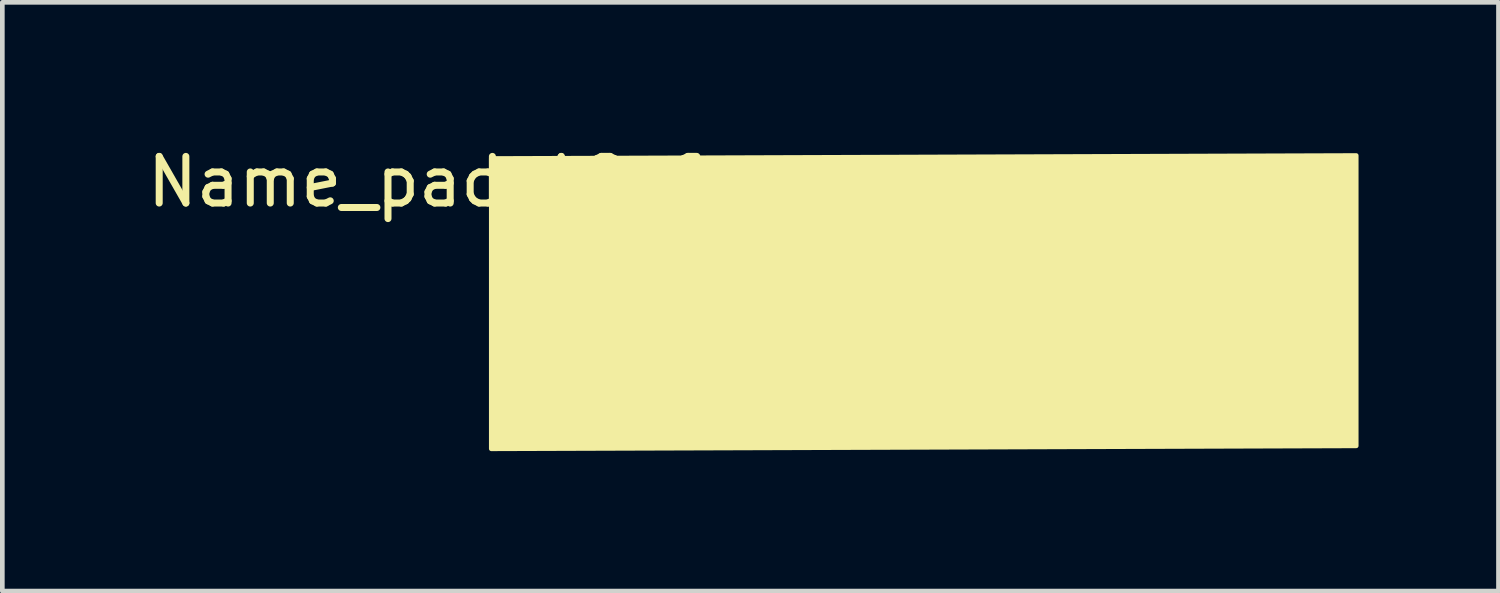
<source format=kicad_pcb>
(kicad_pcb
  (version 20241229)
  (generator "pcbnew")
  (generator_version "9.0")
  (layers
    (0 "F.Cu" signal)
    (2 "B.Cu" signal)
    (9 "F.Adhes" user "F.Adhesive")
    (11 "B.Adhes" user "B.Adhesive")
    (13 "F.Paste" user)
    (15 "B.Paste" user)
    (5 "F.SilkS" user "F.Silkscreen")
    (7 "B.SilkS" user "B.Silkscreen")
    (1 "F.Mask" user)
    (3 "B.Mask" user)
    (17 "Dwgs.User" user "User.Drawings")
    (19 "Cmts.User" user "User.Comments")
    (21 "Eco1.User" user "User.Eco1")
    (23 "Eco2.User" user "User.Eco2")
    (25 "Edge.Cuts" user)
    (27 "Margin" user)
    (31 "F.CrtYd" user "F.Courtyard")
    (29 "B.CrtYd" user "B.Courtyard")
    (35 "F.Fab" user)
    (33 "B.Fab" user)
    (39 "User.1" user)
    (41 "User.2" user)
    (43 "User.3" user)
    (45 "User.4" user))
  (footprint "Name_pad_18x6mm"
    (layer "F.Cu")
    (at 7.482 0.348)
    (property "Reference" "Name_pad_18x6mm" (at 0 0.5 0) (layer "F.SilkS") (effects (font (size 1 1) (thickness 0.15))))
    (attr through_hole)
    (fp_poly (pts (xy 18.542 6.16) (xy 0 6.223) (xy 0 0) (xy 18.542 -0.064)) (stroke (width 0.1) (type solid)) (fill yes) (layer "F.SilkS")))
  (gr_rect
    (start -3 -3)
    (end 29.074 9.621)
    (stroke (width 0.1) (type default))
    (fill no)
    (layer "Edge.Cuts")))
</source>
